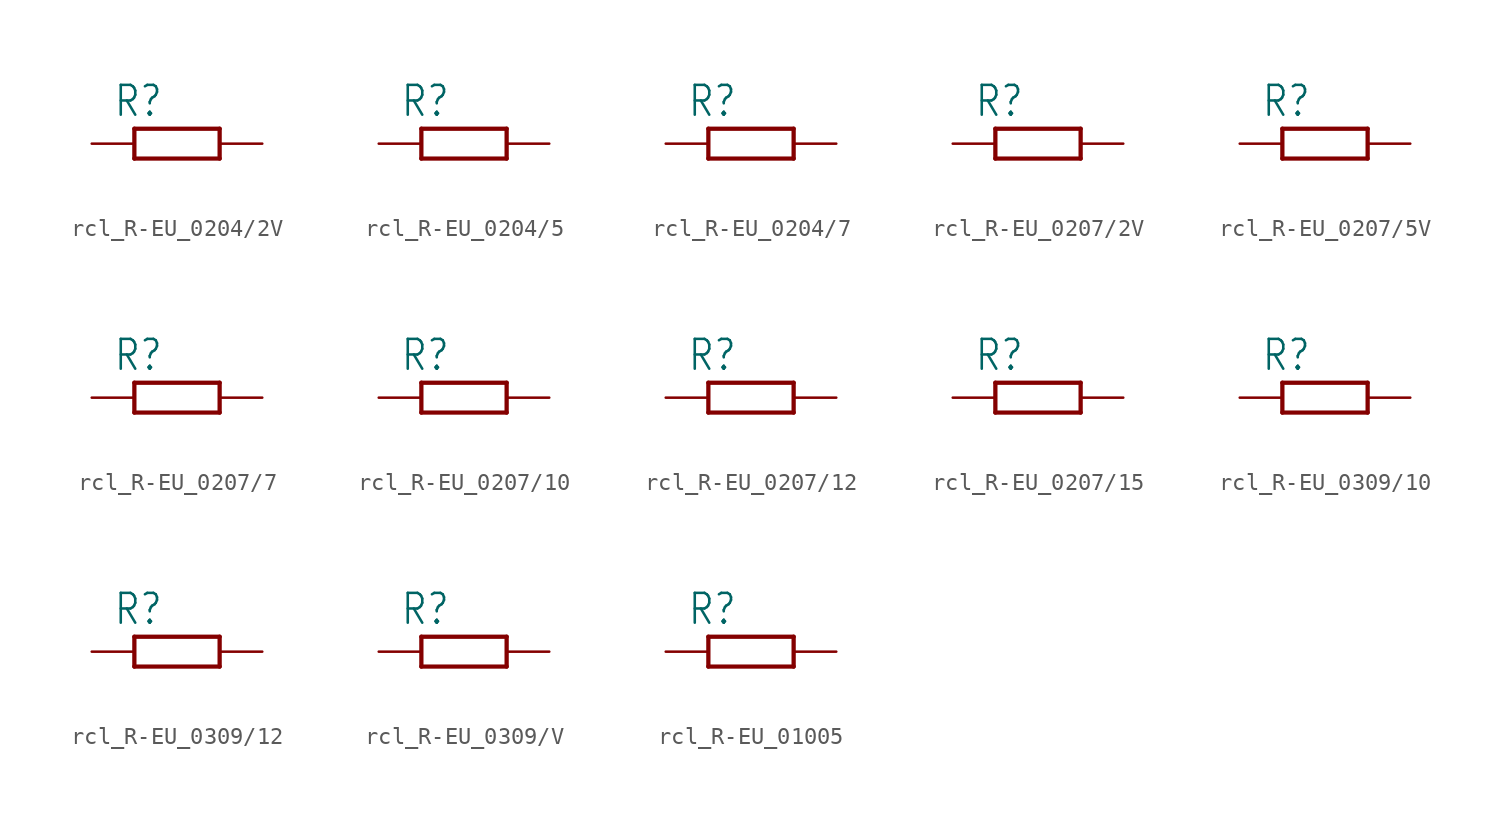
<source format=kicad_sym>
(kicad_symbol_lib
  (version 20241209)
  (generator "kicad_symbol_editor")
  (generator_version "9.0")
  (symbol "rcl_R-EU_0204/2V"
    (property "Reference" "R"
      (at -3.81 1.499 0)
      (effects (font (size 1.778 1.511)) (justify left bottom)))
    (property "Value" ""
      (at -3.81 -3.302 0)
      (effects (font (size 1.778 1.511)) (justify left bottom)))
    (property "ki_locked" ""
      (at 0 0 0)
      (effects (font (size 1.27 1.27))))
    (symbol "rcl_R-EU_0204/2V_1_0"
      (polyline (pts (xy -2.54 -0.889) (xy -2.54 0.889)) (stroke (width 0.254) (type solid)) (fill (type none)))
      (polyline (pts (xy -2.54 -0.889) (xy 2.54 -0.889)) (stroke (width 0.254) (type solid)) (fill (type none)))
      (polyline (pts (xy 2.54 0.889) (xy -2.54 0.889)) (stroke (width 0.254) (type solid)) (fill (type none)))
      (polyline (pts (xy 2.54 -0.889) (xy 2.54 0.889)) (stroke (width 0.254) (type solid)) (fill (type none)))
      (pin passive line (at -5.08 0 0) (length 2.54) (name "1" (effects (font (size 0 0)))) (number "1" (effects (font (size 0 0)))))
      (pin passive line (at 5.08 0 180) (length 2.54) (name "2" (effects (font (size 0 0)))) (number "2" (effects (font (size 0 0)))))))
  (symbol "rcl_R-EU_0204/5"
    (property "Reference" "R"
      (at -3.81 1.499 0)
      (effects (font (size 1.778 1.511)) (justify left bottom)))
    (property "Value" ""
      (at -3.81 -3.302 0)
      (effects (font (size 1.778 1.511)) (justify left bottom)))
    (property "ki_locked" ""
      (at 0 0 0)
      (effects (font (size 1.27 1.27))))
    (symbol "rcl_R-EU_0204/5_1_0"
      (polyline (pts (xy -2.54 -0.889) (xy -2.54 0.889)) (stroke (width 0.254) (type solid)) (fill (type none)))
      (polyline (pts (xy -2.54 -0.889) (xy 2.54 -0.889)) (stroke (width 0.254) (type solid)) (fill (type none)))
      (polyline (pts (xy 2.54 0.889) (xy -2.54 0.889)) (stroke (width 0.254) (type solid)) (fill (type none)))
      (polyline (pts (xy 2.54 -0.889) (xy 2.54 0.889)) (stroke (width 0.254) (type solid)) (fill (type none)))
      (pin passive line (at -5.08 0 0) (length 2.54) (name "1" (effects (font (size 0 0)))) (number "1" (effects (font (size 0 0)))))
      (pin passive line (at 5.08 0 180) (length 2.54) (name "2" (effects (font (size 0 0)))) (number "2" (effects (font (size 0 0)))))))
  (symbol "rcl_R-EU_0204/7"
    (property "Reference" "R"
      (at -3.81 1.499 0)
      (effects (font (size 1.778 1.511)) (justify left bottom)))
    (property "Value" ""
      (at -3.81 -3.302 0)
      (effects (font (size 1.778 1.511)) (justify left bottom)))
    (property "ki_locked" ""
      (at 0 0 0)
      (effects (font (size 1.27 1.27))))
    (symbol "rcl_R-EU_0204/7_1_0"
      (polyline (pts (xy -2.54 -0.889) (xy -2.54 0.889)) (stroke (width 0.254) (type solid)) (fill (type none)))
      (polyline (pts (xy -2.54 -0.889) (xy 2.54 -0.889)) (stroke (width 0.254) (type solid)) (fill (type none)))
      (polyline (pts (xy 2.54 0.889) (xy -2.54 0.889)) (stroke (width 0.254) (type solid)) (fill (type none)))
      (polyline (pts (xy 2.54 -0.889) (xy 2.54 0.889)) (stroke (width 0.254) (type solid)) (fill (type none)))
      (pin passive line (at -5.08 0 0) (length 2.54) (name "1" (effects (font (size 0 0)))) (number "1" (effects (font (size 0 0)))))
      (pin passive line (at 5.08 0 180) (length 2.54) (name "2" (effects (font (size 0 0)))) (number "2" (effects (font (size 0 0)))))))
  (symbol "rcl_R-EU_0207/2V"
    (property "Reference" "R"
      (at -3.81 1.499 0)
      (effects (font (size 1.778 1.511)) (justify left bottom)))
    (property "Value" ""
      (at -3.81 -3.302 0)
      (effects (font (size 1.778 1.511)) (justify left bottom)))
    (property "ki_locked" ""
      (at 0 0 0)
      (effects (font (size 1.27 1.27))))
    (symbol "rcl_R-EU_0207/2V_1_0"
      (polyline (pts (xy -2.54 -0.889) (xy -2.54 0.889)) (stroke (width 0.254) (type solid)) (fill (type none)))
      (polyline (pts (xy -2.54 -0.889) (xy 2.54 -0.889)) (stroke (width 0.254) (type solid)) (fill (type none)))
      (polyline (pts (xy 2.54 0.889) (xy -2.54 0.889)) (stroke (width 0.254) (type solid)) (fill (type none)))
      (polyline (pts (xy 2.54 -0.889) (xy 2.54 0.889)) (stroke (width 0.254) (type solid)) (fill (type none)))
      (pin passive line (at -5.08 0 0) (length 2.54) (name "1" (effects (font (size 0 0)))) (number "1" (effects (font (size 0 0)))))
      (pin passive line (at 5.08 0 180) (length 2.54) (name "2" (effects (font (size 0 0)))) (number "2" (effects (font (size 0 0)))))))
  (symbol "rcl_R-EU_0207/5V"
    (property "Reference" "R"
      (at -3.81 1.499 0)
      (effects (font (size 1.778 1.511)) (justify left bottom)))
    (property "Value" ""
      (at -3.81 -3.302 0)
      (effects (font (size 1.778 1.511)) (justify left bottom)))
    (property "ki_locked" ""
      (at 0 0 0)
      (effects (font (size 1.27 1.27))))
    (symbol "rcl_R-EU_0207/5V_1_0"
      (polyline (pts (xy -2.54 -0.889) (xy -2.54 0.889)) (stroke (width 0.254) (type solid)) (fill (type none)))
      (polyline (pts (xy -2.54 -0.889) (xy 2.54 -0.889)) (stroke (width 0.254) (type solid)) (fill (type none)))
      (polyline (pts (xy 2.54 0.889) (xy -2.54 0.889)) (stroke (width 0.254) (type solid)) (fill (type none)))
      (polyline (pts (xy 2.54 -0.889) (xy 2.54 0.889)) (stroke (width 0.254) (type solid)) (fill (type none)))
      (pin passive line (at -5.08 0 0) (length 2.54) (name "1" (effects (font (size 0 0)))) (number "1" (effects (font (size 0 0)))))
      (pin passive line (at 5.08 0 180) (length 2.54) (name "2" (effects (font (size 0 0)))) (number "2" (effects (font (size 0 0)))))))
  (symbol "rcl_R-EU_0207/7"
    (property "Reference" "R"
      (at -3.81 1.499 0)
      (effects (font (size 1.778 1.511)) (justify left bottom)))
    (property "Value" ""
      (at -3.81 -3.302 0)
      (effects (font (size 1.778 1.511)) (justify left bottom)))
    (property "ki_locked" ""
      (at 0 0 0)
      (effects (font (size 1.27 1.27))))
    (symbol "rcl_R-EU_0207/7_1_0"
      (polyline (pts (xy -2.54 -0.889) (xy -2.54 0.889)) (stroke (width 0.254) (type solid)) (fill (type none)))
      (polyline (pts (xy -2.54 -0.889) (xy 2.54 -0.889)) (stroke (width 0.254) (type solid)) (fill (type none)))
      (polyline (pts (xy 2.54 0.889) (xy -2.54 0.889)) (stroke (width 0.254) (type solid)) (fill (type none)))
      (polyline (pts (xy 2.54 -0.889) (xy 2.54 0.889)) (stroke (width 0.254) (type solid)) (fill (type none)))
      (pin passive line (at -5.08 0 0) (length 2.54) (name "1" (effects (font (size 0 0)))) (number "1" (effects (font (size 0 0)))))
      (pin passive line (at 5.08 0 180) (length 2.54) (name "2" (effects (font (size 0 0)))) (number "2" (effects (font (size 0 0)))))))
  (symbol "rcl_R-EU_0207/10"
    (property "Reference" "R"
      (at -3.81 1.499 0)
      (effects (font (size 1.778 1.511)) (justify left bottom)))
    (property "Value" ""
      (at -3.81 -3.302 0)
      (effects (font (size 1.778 1.511)) (justify left bottom)))
    (property "ki_locked" ""
      (at 0 0 0)
      (effects (font (size 1.27 1.27))))
    (symbol "rcl_R-EU_0207/10_1_0"
      (polyline (pts (xy -2.54 -0.889) (xy -2.54 0.889)) (stroke (width 0.254) (type solid)) (fill (type none)))
      (polyline (pts (xy -2.54 -0.889) (xy 2.54 -0.889)) (stroke (width 0.254) (type solid)) (fill (type none)))
      (polyline (pts (xy 2.54 0.889) (xy -2.54 0.889)) (stroke (width 0.254) (type solid)) (fill (type none)))
      (polyline (pts (xy 2.54 -0.889) (xy 2.54 0.889)) (stroke (width 0.254) (type solid)) (fill (type none)))
      (pin passive line (at -5.08 0 0) (length 2.54) (name "1" (effects (font (size 0 0)))) (number "1" (effects (font (size 0 0)))))
      (pin passive line (at 5.08 0 180) (length 2.54) (name "2" (effects (font (size 0 0)))) (number "2" (effects (font (size 0 0)))))))
  (symbol "rcl_R-EU_0207/12"
    (property "Reference" "R"
      (at -3.81 1.499 0)
      (effects (font (size 1.778 1.511)) (justify left bottom)))
    (property "Value" ""
      (at -3.81 -3.302 0)
      (effects (font (size 1.778 1.511)) (justify left bottom)))
    (property "ki_locked" ""
      (at 0 0 0)
      (effects (font (size 1.27 1.27))))
    (symbol "rcl_R-EU_0207/12_1_0"
      (polyline (pts (xy -2.54 -0.889) (xy -2.54 0.889)) (stroke (width 0.254) (type solid)) (fill (type none)))
      (polyline (pts (xy -2.54 -0.889) (xy 2.54 -0.889)) (stroke (width 0.254) (type solid)) (fill (type none)))
      (polyline (pts (xy 2.54 0.889) (xy -2.54 0.889)) (stroke (width 0.254) (type solid)) (fill (type none)))
      (polyline (pts (xy 2.54 -0.889) (xy 2.54 0.889)) (stroke (width 0.254) (type solid)) (fill (type none)))
      (pin passive line (at -5.08 0 0) (length 2.54) (name "1" (effects (font (size 0 0)))) (number "1" (effects (font (size 0 0)))))
      (pin passive line (at 5.08 0 180) (length 2.54) (name "2" (effects (font (size 0 0)))) (number "2" (effects (font (size 0 0)))))))
  (symbol "rcl_R-EU_0207/15"
    (property "Reference" "R"
      (at -3.81 1.499 0)
      (effects (font (size 1.778 1.511)) (justify left bottom)))
    (property "Value" ""
      (at -3.81 -3.302 0)
      (effects (font (size 1.778 1.511)) (justify left bottom)))
    (property "ki_locked" ""
      (at 0 0 0)
      (effects (font (size 1.27 1.27))))
    (symbol "rcl_R-EU_0207/15_1_0"
      (polyline (pts (xy -2.54 -0.889) (xy -2.54 0.889)) (stroke (width 0.254) (type solid)) (fill (type none)))
      (polyline (pts (xy -2.54 -0.889) (xy 2.54 -0.889)) (stroke (width 0.254) (type solid)) (fill (type none)))
      (polyline (pts (xy 2.54 0.889) (xy -2.54 0.889)) (stroke (width 0.254) (type solid)) (fill (type none)))
      (polyline (pts (xy 2.54 -0.889) (xy 2.54 0.889)) (stroke (width 0.254) (type solid)) (fill (type none)))
      (pin passive line (at -5.08 0 0) (length 2.54) (name "1" (effects (font (size 0 0)))) (number "1" (effects (font (size 0 0)))))
      (pin passive line (at 5.08 0 180) (length 2.54) (name "2" (effects (font (size 0 0)))) (number "2" (effects (font (size 0 0)))))))
  (symbol "rcl_R-EU_0309/10"
    (property "Reference" "R"
      (at -3.81 1.499 0)
      (effects (font (size 1.778 1.511)) (justify left bottom)))
    (property "Value" ""
      (at -3.81 -3.302 0)
      (effects (font (size 1.778 1.511)) (justify left bottom)))
    (property "ki_locked" ""
      (at 0 0 0)
      (effects (font (size 1.27 1.27))))
    (symbol "rcl_R-EU_0309/10_1_0"
      (polyline (pts (xy -2.54 -0.889) (xy -2.54 0.889)) (stroke (width 0.254) (type solid)) (fill (type none)))
      (polyline (pts (xy -2.54 -0.889) (xy 2.54 -0.889)) (stroke (width 0.254) (type solid)) (fill (type none)))
      (polyline (pts (xy 2.54 0.889) (xy -2.54 0.889)) (stroke (width 0.254) (type solid)) (fill (type none)))
      (polyline (pts (xy 2.54 -0.889) (xy 2.54 0.889)) (stroke (width 0.254) (type solid)) (fill (type none)))
      (pin passive line (at -5.08 0 0) (length 2.54) (name "1" (effects (font (size 0 0)))) (number "1" (effects (font (size 0 0)))))
      (pin passive line (at 5.08 0 180) (length 2.54) (name "2" (effects (font (size 0 0)))) (number "2" (effects (font (size 0 0)))))))
  (symbol "rcl_R-EU_0309/12"
    (property "Reference" "R"
      (at -3.81 1.499 0)
      (effects (font (size 1.778 1.511)) (justify left bottom)))
    (property "Value" ""
      (at -3.81 -3.302 0)
      (effects (font (size 1.778 1.511)) (justify left bottom)))
    (property "ki_locked" ""
      (at 0 0 0)
      (effects (font (size 1.27 1.27))))
    (symbol "rcl_R-EU_0309/12_1_0"
      (polyline (pts (xy -2.54 -0.889) (xy -2.54 0.889)) (stroke (width 0.254) (type solid)) (fill (type none)))
      (polyline (pts (xy -2.54 -0.889) (xy 2.54 -0.889)) (stroke (width 0.254) (type solid)) (fill (type none)))
      (polyline (pts (xy 2.54 0.889) (xy -2.54 0.889)) (stroke (width 0.254) (type solid)) (fill (type none)))
      (polyline (pts (xy 2.54 -0.889) (xy 2.54 0.889)) (stroke (width 0.254) (type solid)) (fill (type none)))
      (pin passive line (at -5.08 0 0) (length 2.54) (name "1" (effects (font (size 0 0)))) (number "1" (effects (font (size 0 0)))))
      (pin passive line (at 5.08 0 180) (length 2.54) (name "2" (effects (font (size 0 0)))) (number "2" (effects (font (size 0 0)))))))
  (symbol "rcl_R-EU_0309/V"
    (property "Reference" "R"
      (at -3.81 1.499 0)
      (effects (font (size 1.778 1.511)) (justify left bottom)))
    (property "Value" ""
      (at -3.81 -3.302 0)
      (effects (font (size 1.778 1.511)) (justify left bottom)))
    (property "ki_locked" ""
      (at 0 0 0)
      (effects (font (size 1.27 1.27))))
    (symbol "rcl_R-EU_0309/V_1_0"
      (polyline (pts (xy -2.54 -0.889) (xy -2.54 0.889)) (stroke (width 0.254) (type solid)) (fill (type none)))
      (polyline (pts (xy -2.54 -0.889) (xy 2.54 -0.889)) (stroke (width 0.254) (type solid)) (fill (type none)))
      (polyline (pts (xy 2.54 0.889) (xy -2.54 0.889)) (stroke (width 0.254) (type solid)) (fill (type none)))
      (polyline (pts (xy 2.54 -0.889) (xy 2.54 0.889)) (stroke (width 0.254) (type solid)) (fill (type none)))
      (pin passive line (at -5.08 0 0) (length 2.54) (name "1" (effects (font (size 0 0)))) (number "1" (effects (font (size 0 0)))))
      (pin passive line (at 5.08 0 180) (length 2.54) (name "2" (effects (font (size 0 0)))) (number "2" (effects (font (size 0 0)))))))
  (symbol "rcl_R-EU_01005"
    (property "Reference" "R"
      (at -3.81 1.499 0)
      (effects (font (size 1.778 1.511)) (justify left bottom)))
    (property "Value" ""
      (at -3.81 -3.302 0)
      (effects (font (size 1.778 1.511)) (justify left bottom)))
    (property "ki_locked" ""
      (at 0 0 0)
      (effects (font (size 1.27 1.27))))
    (symbol "rcl_R-EU_01005_1_0"
      (polyline (pts (xy -2.54 -0.889) (xy -2.54 0.889)) (stroke (width 0.254) (type solid)) (fill (type none)))
      (polyline (pts (xy -2.54 -0.889) (xy 2.54 -0.889)) (stroke (width 0.254) (type solid)) (fill (type none)))
      (polyline (pts (xy 2.54 0.889) (xy -2.54 0.889)) (stroke (width 0.254) (type solid)) (fill (type none)))
      (polyline (pts (xy 2.54 -0.889) (xy 2.54 0.889)) (stroke (width 0.254) (type solid)) (fill (type none)))
      (pin passive line (at -5.08 0 0) (length 2.54) (name "1" (effects (font (size 0 0)))) (number "1" (effects (font (size 0 0)))))
      (pin passive line (at 5.08 0 180) (length 2.54) (name "2" (effects (font (size 0 0)))) (number "2" (effects (font (size 0 0))))))))
</source>
